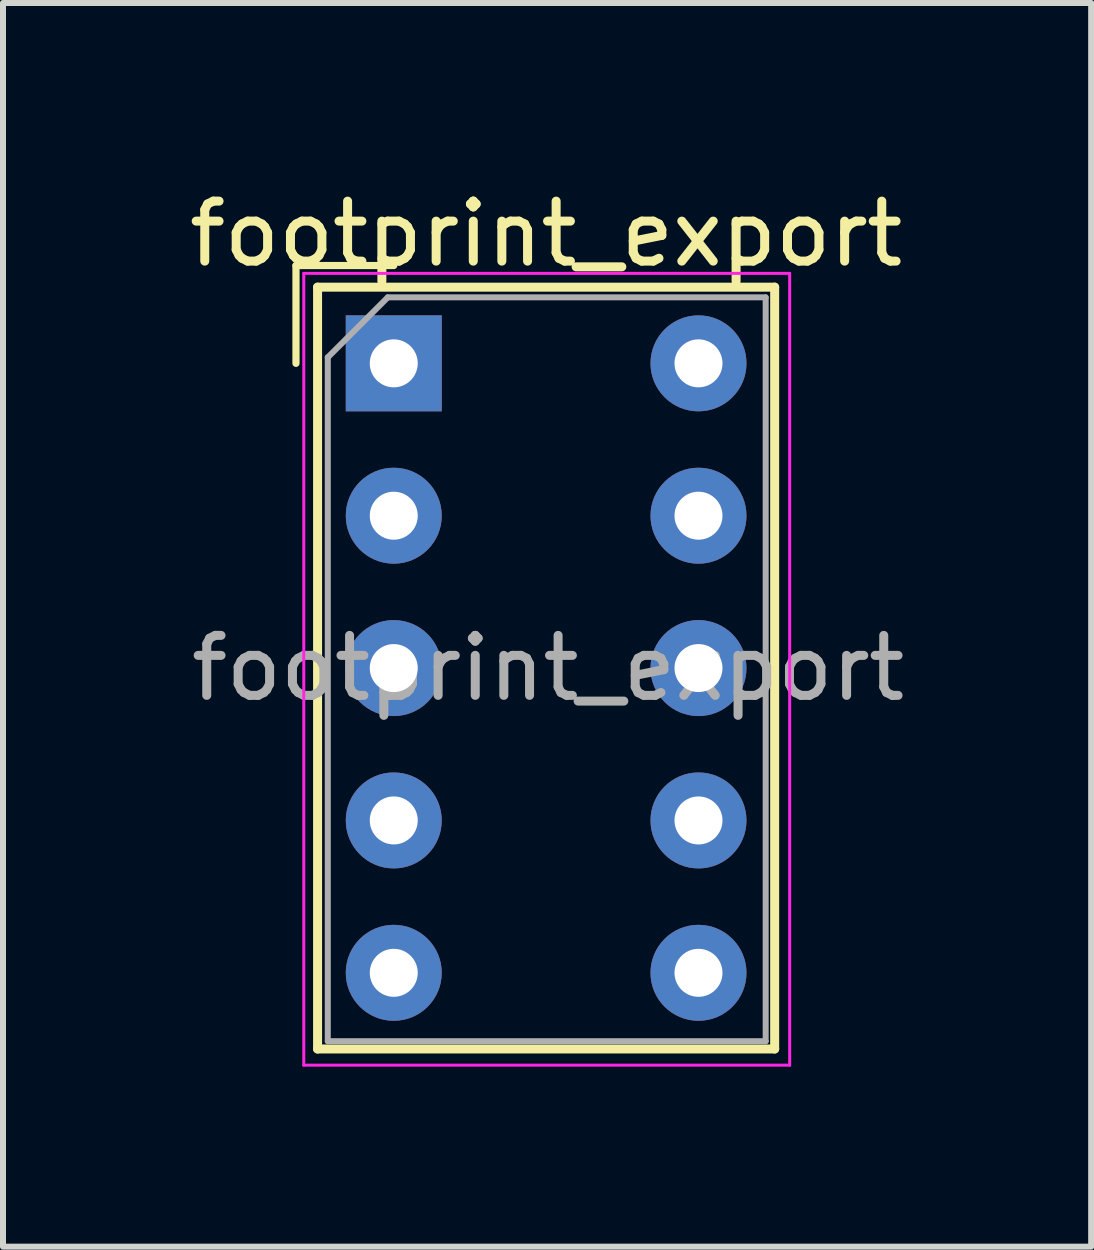
<source format=kicad_pcb>
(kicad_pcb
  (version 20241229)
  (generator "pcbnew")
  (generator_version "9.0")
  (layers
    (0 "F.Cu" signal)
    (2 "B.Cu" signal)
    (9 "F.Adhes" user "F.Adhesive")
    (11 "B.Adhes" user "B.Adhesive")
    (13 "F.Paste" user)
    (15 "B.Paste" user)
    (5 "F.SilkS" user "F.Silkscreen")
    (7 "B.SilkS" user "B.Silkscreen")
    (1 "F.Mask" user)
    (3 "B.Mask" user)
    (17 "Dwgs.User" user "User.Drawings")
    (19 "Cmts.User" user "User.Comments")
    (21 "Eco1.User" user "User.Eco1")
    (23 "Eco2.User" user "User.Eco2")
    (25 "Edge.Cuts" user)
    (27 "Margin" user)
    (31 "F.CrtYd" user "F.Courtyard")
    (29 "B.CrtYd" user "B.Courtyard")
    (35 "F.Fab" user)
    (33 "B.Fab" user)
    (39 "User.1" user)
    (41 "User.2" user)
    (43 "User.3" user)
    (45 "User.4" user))
  (footprint "footprint_export"
    (layer "F.Cu")
    (at 3.514 3.007)
    (property "Reference" "footprint_export" (at 2.54 -2.159 0) (layer "F.SilkS") (effects (font (size 1 1) (thickness 0.15))))
    (attr through_hole)
    (fp_line (start -1.63 -1.63) (end 0 -1.63) (stroke (width 0.12) (type solid)) (layer "F.SilkS"))
    (fp_line (start -1.63 0) (end -1.63 -1.63) (stroke (width 0.12) (type solid)) (layer "F.SilkS"))
    (fp_line (start -1.27 -1.27) (end -1.27 11.43) (stroke (width 0.15) (type solid)) (layer "F.SilkS"))
    (fp_line (start -1.27 11.43) (end 6.35 11.43) (stroke (width 0.15) (type solid)) (layer "F.SilkS"))
    (fp_line (start 6.35 -1.27) (end -1.27 -1.27) (stroke (width 0.15) (type solid)) (layer "F.SilkS"))
    (fp_line (start 6.35 11.43) (end 6.35 -1.27) (stroke (width 0.15) (type solid)) (layer "F.SilkS"))
    (fp_line (start -1.5 -1.5) (end 6.6 -1.5) (stroke (width 0.05) (type solid)) (layer "F.CrtYd"))
    (fp_line (start -1.5 11.7) (end -1.5 -1.5) (stroke (width 0.05) (type solid)) (layer "F.CrtYd"))
    (fp_line (start 6.6 -1.5) (end 6.6 11.7) (stroke (width 0.05) (type solid)) (layer "F.CrtYd"))
    (fp_line (start 6.6 11.7) (end -1.5 11.7) (stroke (width 0.05) (type solid)) (layer "F.CrtYd"))
    (fp_line (start -1.1 -0.1) (end -0.1 -1.1) (stroke (width 0.1) (type solid)) (layer "F.Fab"))
    (fp_line (start -1.1 11.3) (end -1.1 -0.1) (stroke (width 0.1) (type solid)) (layer "F.Fab"))
    (fp_line (start -0.1 -1.1) (end 6.2 -1.1) (stroke (width 0.1) (type solid)) (layer "F.Fab"))
    (fp_line (start 6.2 -1.1) (end 6.2 11.3) (stroke (width 0.1) (type solid)) (layer "F.Fab"))
    (fp_line (start 6.2 11.3) (end -1.1 11.3) (stroke (width 0.1) (type solid)) (layer "F.Fab"))
    (fp_text user "${REFERENCE}" (at 2.573 5.08 0) (layer "F.Fab") (effects (font (size 1 1) (thickness 0.15))))
    (pad "1" thru_hole rect (at 0 0) (size 1.6 1.6) (drill 0.8) (layers "*.Cu" "*.Mask"))
    (pad "2" thru_hole circle (at 0 2.54) (size 1.6 1.6) (drill 0.8) (layers "*.Cu" "*.Mask"))
    (pad "3" thru_hole circle (at 0 5.08) (size 1.6 1.6) (drill 0.8) (layers "*.Cu" "*.Mask"))
    (pad "4" thru_hole circle (at 0 7.62) (size 1.6 1.6) (drill 0.8) (layers "*.Cu" "*.Mask"))
    (pad "5" thru_hole circle (at 0 10.16) (size 1.6 1.6) (drill 0.8) (layers "*.Cu" "*.Mask"))
    (pad "6" thru_hole circle (at 5.08 10.16) (size 1.6 1.6) (drill 0.8) (layers "*.Cu" "*.Mask"))
    (pad "7" thru_hole circle (at 5.08 7.62) (size 1.6 1.6) (drill 0.8) (layers "*.Cu" "*.Mask"))
    (pad "8" thru_hole circle (at 5.08 5.08) (size 1.6 1.6) (drill 0.8) (layers "*.Cu" "*.Mask"))
    (pad "9" thru_hole circle (at 5.08 2.54) (size 1.6 1.6) (drill 0.8) (layers "*.Cu" "*.Mask"))
    (pad "10" thru_hole circle (at 5.08 0) (size 1.6 1.6) (drill 0.8) (layers "*.Cu" "*.Mask")))
  (gr_rect
    (start -3 -3)
    (end 15.14 17.732)
    (stroke (width 0.1) (type default))
    (fill no)
    (layer "Edge.Cuts")))
</source>
